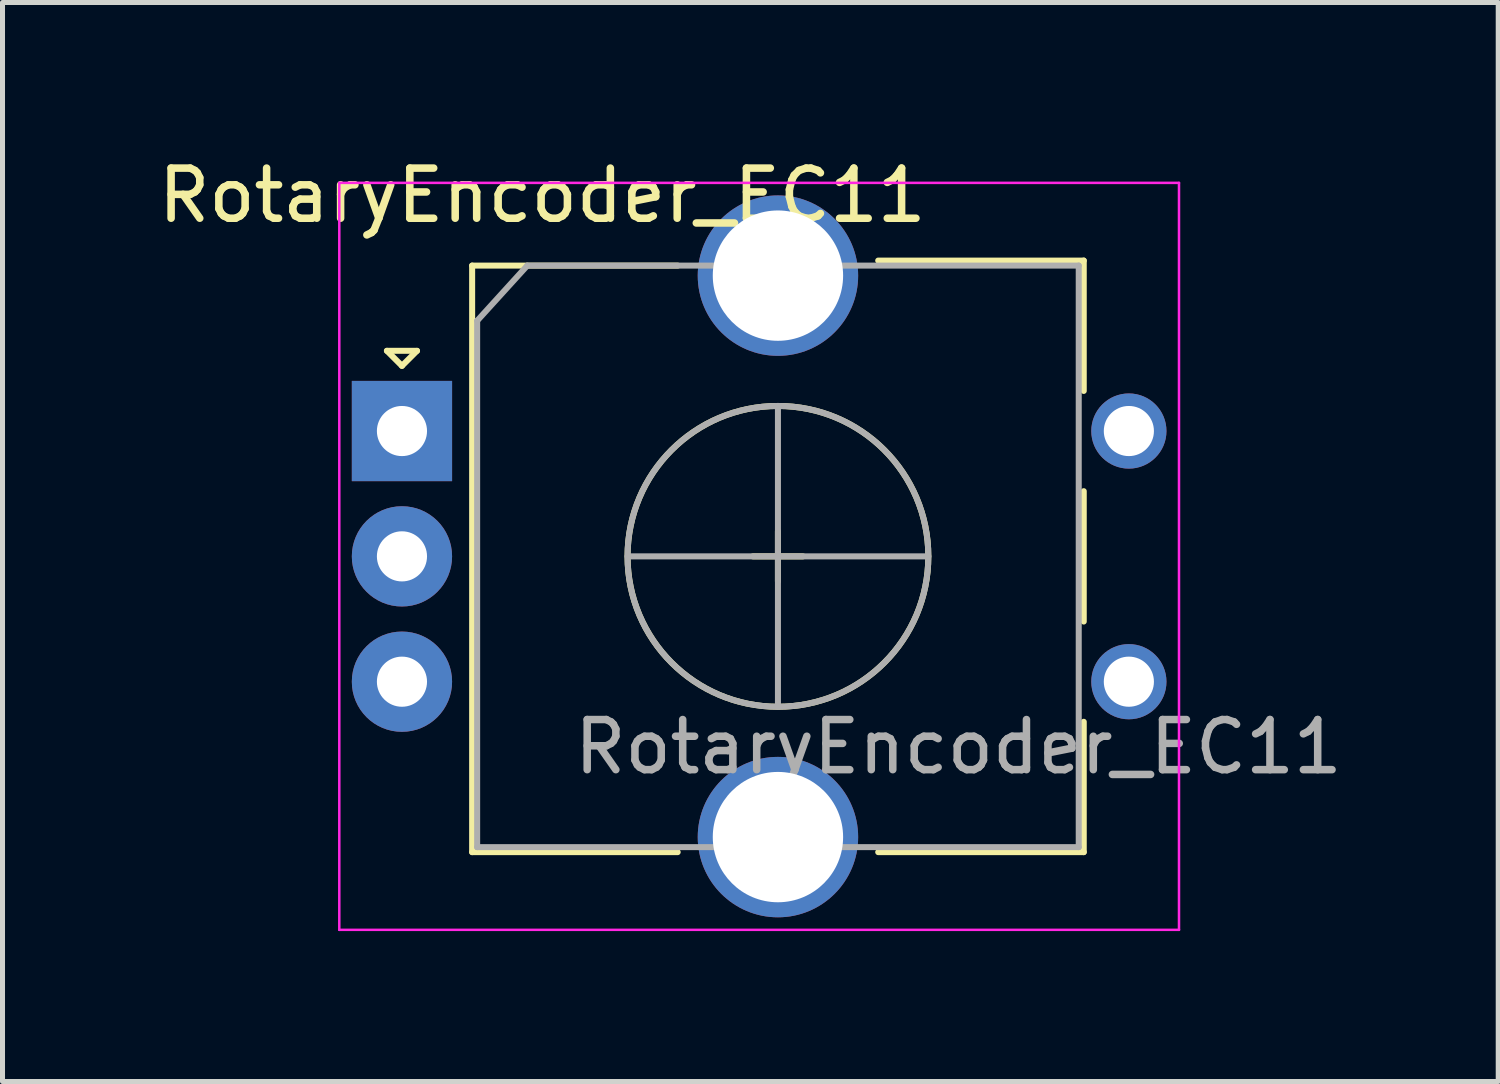
<source format=kicad_pcb>
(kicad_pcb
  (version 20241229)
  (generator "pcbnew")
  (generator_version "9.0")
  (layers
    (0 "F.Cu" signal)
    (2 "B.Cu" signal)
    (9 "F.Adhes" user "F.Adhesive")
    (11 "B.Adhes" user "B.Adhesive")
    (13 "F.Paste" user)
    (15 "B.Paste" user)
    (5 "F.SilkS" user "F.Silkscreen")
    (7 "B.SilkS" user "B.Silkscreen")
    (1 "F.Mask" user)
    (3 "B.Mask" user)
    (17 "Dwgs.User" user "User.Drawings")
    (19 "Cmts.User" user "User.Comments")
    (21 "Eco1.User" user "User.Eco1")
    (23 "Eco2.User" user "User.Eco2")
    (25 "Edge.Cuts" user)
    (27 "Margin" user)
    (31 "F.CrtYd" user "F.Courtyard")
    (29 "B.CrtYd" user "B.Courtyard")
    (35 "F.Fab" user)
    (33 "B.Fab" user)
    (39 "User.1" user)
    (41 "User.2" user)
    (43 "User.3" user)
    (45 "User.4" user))
  (footprint "RotaryEncoder_EC11"
    (layer "F.Cu")
    (at 12.468 8.048)
    (property "Reference" "RotaryEncoder_EC11" (at -4.7 -7.2 0) (layer "F.SilkS") (effects (font (size 1 1) (thickness 0.15))))
    (attr through_hole)
    (fp_line (start -7.8 -4.1) (end -7.2 -4.1) (stroke (width 0.12) (type solid)) (layer "F.SilkS"))
    (fp_line (start -7.5 -3.8) (end -7.8 -4.1) (stroke (width 0.12) (type solid)) (layer "F.SilkS"))
    (fp_line (start -7.2 -4.1) (end -7.5 -3.8) (stroke (width 0.12) (type solid)) (layer "F.SilkS"))
    (fp_line (start -6.1 -5.8) (end -6.1 5.9) (stroke (width 0.12) (type solid)) (layer "F.SilkS"))
    (fp_line (start -2 -5.8) (end -6.1 -5.8) (stroke (width 0.12) (type solid)) (layer "F.SilkS"))
    (fp_line (start -2 5.9) (end -6.1 5.9) (stroke (width 0.12) (type solid)) (layer "F.SilkS"))
    (fp_line (start -0.5 0) (end 0.5 0) (stroke (width 0.12) (type solid)) (layer "F.SilkS"))
    (fp_line (start 0 -0.5) (end 0 0.5) (stroke (width 0.12) (type solid)) (layer "F.SilkS"))
    (fp_line (start 2 -5.9) (end 6.1 -5.9) (stroke (width 0.12) (type solid)) (layer "F.SilkS"))
    (fp_line (start 6.1 -5.9) (end 6.1 -3.3) (stroke (width 0.12) (type solid)) (layer "F.SilkS"))
    (fp_line (start 6.1 -1.3) (end 6.1 1.3) (stroke (width 0.12) (type solid)) (layer "F.SilkS"))
    (fp_line (start 6.1 3.3) (end 6.1 5.9) (stroke (width 0.12) (type solid)) (layer "F.SilkS"))
    (fp_line (start 6.1 5.9) (end 2 5.9) (stroke (width 0.12) (type solid)) (layer "F.SilkS"))
    (fp_circle (center 0 0) (end 3 0) (stroke (width 0.12) (type solid)) (fill no) (layer "F.SilkS"))
    (fp_line (start -8.75 -7.45) (end -8.75 7.45) (stroke (width 0.05) (type solid)) (layer "F.CrtYd"))
    (fp_line (start -8.75 -7.45) (end 8 -7.45) (stroke (width 0.05) (type solid)) (layer "F.CrtYd"))
    (fp_line (start 8 7.45) (end -8.75 7.45) (stroke (width 0.05) (type solid)) (layer "F.CrtYd"))
    (fp_line (start 8 7.45) (end 8 -7.45) (stroke (width 0.05) (type solid)) (layer "F.CrtYd"))
    (fp_line (start -6 -4.7) (end -5 -5.8) (stroke (width 0.12) (type solid)) (layer "F.Fab"))
    (fp_line (start -6 5.8) (end -6 -4.7) (stroke (width 0.12) (type solid)) (layer "F.Fab"))
    (fp_line (start -5 -5.8) (end 6 -5.8) (stroke (width 0.12) (type solid)) (layer "F.Fab"))
    (fp_line (start -3 0) (end 3 0) (stroke (width 0.12) (type solid)) (layer "F.Fab"))
    (fp_line (start 0 -3) (end 0 3) (stroke (width 0.12) (type solid)) (layer "F.Fab"))
    (fp_line (start 6 -5.8) (end 6 5.8) (stroke (width 0.12) (type solid)) (layer "F.Fab"))
    (fp_line (start 6 5.8) (end -6 5.8) (stroke (width 0.12) (type solid)) (layer "F.Fab"))
    (fp_circle (center 0 0) (end 3 0) (stroke (width 0.12) (type solid)) (fill no) (layer "F.Fab"))
    (fp_text user "${REFERENCE}" (at 3.6 3.8 0) (layer "F.Fab") (effects (font (size 1 1) (thickness 0.15))))
    (pad "A" thru_hole rect (at -7.5 -2.5) (size 2 2) (drill 1) (layers "*.Cu" "*.Mask"))
    (pad "B" thru_hole circle (at -7.5 2.5) (size 2 2) (drill 1) (layers "*.Cu" "*.Mask"))
    (pad "C" thru_hole circle (at -7.5 0) (size 2 2) (drill 1) (layers "*.Cu" "*.Mask"))
    (pad "MP" thru_hole circle (at 0 -5.6) (size 3.2 3.2) (drill 2.6) (layers "*.Cu" "*.Mask"))
    (pad "MP" thru_hole circle (at 0 5.6) (size 3.2 3.2) (drill 2.6) (layers "*.Cu" "*.Mask"))
    (pad "SW+" thru_hole circle (at 7 -2.5) (size 1.5 1.5) (drill 1) (layers "*.Cu" "*.Mask"))
    (pad "SW-" thru_hole circle (at 7 2.5) (size 1.5 1.5) (drill 1) (layers "*.Cu" "*.Mask")))
  (gr_rect
    (start -3 -3)
    (end 26.836 18.523)
    (stroke (width 0.1) (type default))
    (fill no)
    (layer "Edge.Cuts")))
</source>
